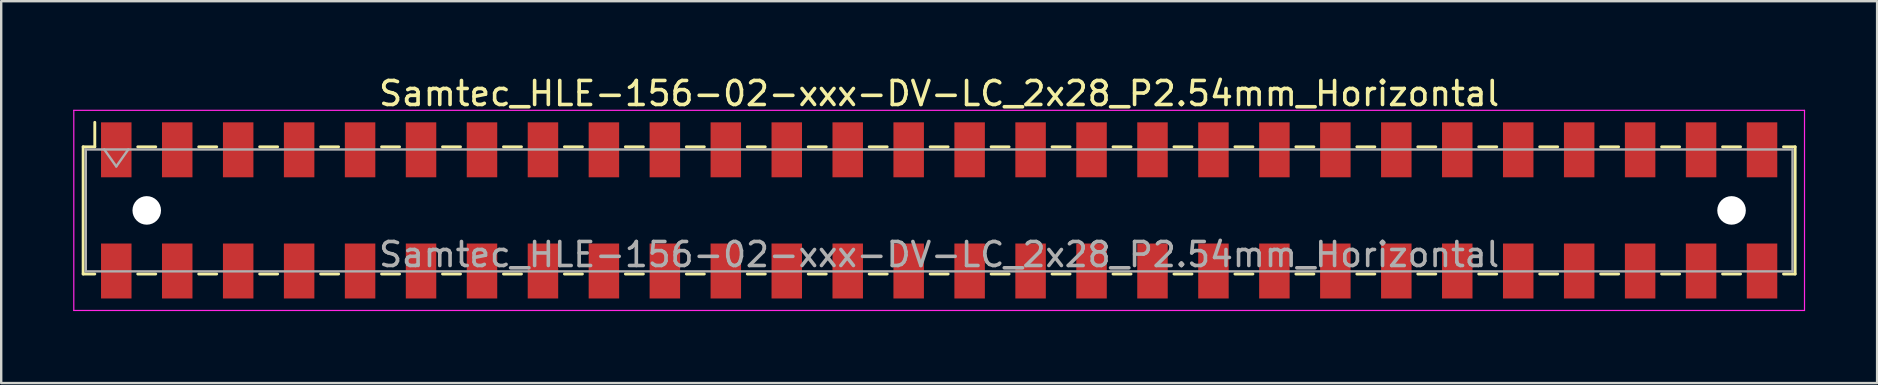
<source format=kicad_pcb>
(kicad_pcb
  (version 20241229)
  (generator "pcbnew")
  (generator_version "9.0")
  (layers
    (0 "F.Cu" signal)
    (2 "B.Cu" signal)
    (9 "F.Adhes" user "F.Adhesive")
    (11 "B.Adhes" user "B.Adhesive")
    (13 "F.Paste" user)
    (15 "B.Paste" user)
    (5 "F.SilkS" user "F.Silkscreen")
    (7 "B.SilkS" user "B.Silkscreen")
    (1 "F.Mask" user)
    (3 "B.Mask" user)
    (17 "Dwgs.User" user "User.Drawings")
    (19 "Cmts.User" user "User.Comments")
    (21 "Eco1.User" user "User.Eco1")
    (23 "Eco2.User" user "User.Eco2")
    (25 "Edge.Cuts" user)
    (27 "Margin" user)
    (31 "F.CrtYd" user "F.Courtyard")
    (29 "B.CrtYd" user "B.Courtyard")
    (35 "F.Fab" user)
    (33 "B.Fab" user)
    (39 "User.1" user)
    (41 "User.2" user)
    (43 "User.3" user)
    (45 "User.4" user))
  (footprint "Samtec_HLE-156-02-xxx-DV-LC_2x28_P2.54mm_Horizontal"
    (layer "F.Cu")
    (at 36.085 5.718)
    (property "Reference" "Samtec_HLE-156-02-xxx-DV-LC_2x28_P2.54mm_Horizontal" (at 0 -4.87 0) (layer "F.SilkS") (effects (font (size 1 1) (thickness 0.15))))
    (attr smd)
    (fp_line (start -35.67 -2.65) (end -35.67 2.65) (stroke (width 0.12) (type solid)) (layer "F.SilkS"))
    (fp_line (start -35.67 2.65) (end -35.185 2.65) (stroke (width 0.12) (type solid)) (layer "F.SilkS"))
    (fp_line (start -35.185 -3.67) (end -35.185 -2.65) (stroke (width 0.12) (type solid)) (layer "F.SilkS"))
    (fp_line (start -35.185 -2.65) (end -35.67 -2.65) (stroke (width 0.12) (type solid)) (layer "F.SilkS"))
    (fp_line (start -33.395 -2.65) (end -32.645 -2.65) (stroke (width 0.12) (type solid)) (layer "F.SilkS"))
    (fp_line (start -33.395 2.65) (end -32.645 2.65) (stroke (width 0.12) (type solid)) (layer "F.SilkS"))
    (fp_line (start -30.855 -2.65) (end -30.105 -2.65) (stroke (width 0.12) (type solid)) (layer "F.SilkS"))
    (fp_line (start -30.855 2.65) (end -30.105 2.65) (stroke (width 0.12) (type solid)) (layer "F.SilkS"))
    (fp_line (start -28.315 -2.65) (end -27.565 -2.65) (stroke (width 0.12) (type solid)) (layer "F.SilkS"))
    (fp_line (start -28.315 2.65) (end -27.565 2.65) (stroke (width 0.12) (type solid)) (layer "F.SilkS"))
    (fp_line (start -25.775 -2.65) (end -25.025 -2.65) (stroke (width 0.12) (type solid)) (layer "F.SilkS"))
    (fp_line (start -25.775 2.65) (end -25.025 2.65) (stroke (width 0.12) (type solid)) (layer "F.SilkS"))
    (fp_line (start -23.235 -2.65) (end -22.485 -2.65) (stroke (width 0.12) (type solid)) (layer "F.SilkS"))
    (fp_line (start -23.235 2.65) (end -22.485 2.65) (stroke (width 0.12) (type solid)) (layer "F.SilkS"))
    (fp_line (start -20.695 -2.65) (end -19.945 -2.65) (stroke (width 0.12) (type solid)) (layer "F.SilkS"))
    (fp_line (start -20.695 2.65) (end -19.945 2.65) (stroke (width 0.12) (type solid)) (layer "F.SilkS"))
    (fp_line (start -18.155 -2.65) (end -17.405 -2.65) (stroke (width 0.12) (type solid)) (layer "F.SilkS"))
    (fp_line (start -18.155 2.65) (end -17.405 2.65) (stroke (width 0.12) (type solid)) (layer "F.SilkS"))
    (fp_line (start -15.615 -2.65) (end -14.865 -2.65) (stroke (width 0.12) (type solid)) (layer "F.SilkS"))
    (fp_line (start -15.615 2.65) (end -14.865 2.65) (stroke (width 0.12) (type solid)) (layer "F.SilkS"))
    (fp_line (start -13.075 -2.65) (end -12.325 -2.65) (stroke (width 0.12) (type solid)) (layer "F.SilkS"))
    (fp_line (start -13.075 2.65) (end -12.325 2.65) (stroke (width 0.12) (type solid)) (layer "F.SilkS"))
    (fp_line (start -10.535 -2.65) (end -9.785 -2.65) (stroke (width 0.12) (type solid)) (layer "F.SilkS"))
    (fp_line (start -10.535 2.65) (end -9.785 2.65) (stroke (width 0.12) (type solid)) (layer "F.SilkS"))
    (fp_line (start -7.995 -2.65) (end -7.245 -2.65) (stroke (width 0.12) (type solid)) (layer "F.SilkS"))
    (fp_line (start -7.995 2.65) (end -7.245 2.65) (stroke (width 0.12) (type solid)) (layer "F.SilkS"))
    (fp_line (start -5.455 -2.65) (end -4.705 -2.65) (stroke (width 0.12) (type solid)) (layer "F.SilkS"))
    (fp_line (start -5.455 2.65) (end -4.705 2.65) (stroke (width 0.12) (type solid)) (layer "F.SilkS"))
    (fp_line (start -2.915 -2.65) (end -2.165 -2.65) (stroke (width 0.12) (type solid)) (layer "F.SilkS"))
    (fp_line (start -2.915 2.65) (end -2.165 2.65) (stroke (width 0.12) (type solid)) (layer "F.SilkS"))
    (fp_line (start -0.375 -2.65) (end 0.375 -2.65) (stroke (width 0.12) (type solid)) (layer "F.SilkS"))
    (fp_line (start -0.375 2.65) (end 0.375 2.65) (stroke (width 0.12) (type solid)) (layer "F.SilkS"))
    (fp_line (start 2.165 -2.65) (end 2.915 -2.65) (stroke (width 0.12) (type solid)) (layer "F.SilkS"))
    (fp_line (start 2.165 2.65) (end 2.915 2.65) (stroke (width 0.12) (type solid)) (layer "F.SilkS"))
    (fp_line (start 4.705 -2.65) (end 5.455 -2.65) (stroke (width 0.12) (type solid)) (layer "F.SilkS"))
    (fp_line (start 4.705 2.65) (end 5.455 2.65) (stroke (width 0.12) (type solid)) (layer "F.SilkS"))
    (fp_line (start 7.245 -2.65) (end 7.995 -2.65) (stroke (width 0.12) (type solid)) (layer "F.SilkS"))
    (fp_line (start 7.245 2.65) (end 7.995 2.65) (stroke (width 0.12) (type solid)) (layer "F.SilkS"))
    (fp_line (start 9.785 -2.65) (end 10.535 -2.65) (stroke (width 0.12) (type solid)) (layer "F.SilkS"))
    (fp_line (start 9.785 2.65) (end 10.535 2.65) (stroke (width 0.12) (type solid)) (layer "F.SilkS"))
    (fp_line (start 12.325 -2.65) (end 13.075 -2.65) (stroke (width 0.12) (type solid)) (layer "F.SilkS"))
    (fp_line (start 12.325 2.65) (end 13.075 2.65) (stroke (width 0.12) (type solid)) (layer "F.SilkS"))
    (fp_line (start 14.865 -2.65) (end 15.615 -2.65) (stroke (width 0.12) (type solid)) (layer "F.SilkS"))
    (fp_line (start 14.865 2.65) (end 15.615 2.65) (stroke (width 0.12) (type solid)) (layer "F.SilkS"))
    (fp_line (start 17.405 -2.65) (end 18.155 -2.65) (stroke (width 0.12) (type solid)) (layer "F.SilkS"))
    (fp_line (start 17.405 2.65) (end 18.155 2.65) (stroke (width 0.12) (type solid)) (layer "F.SilkS"))
    (fp_line (start 19.945 -2.65) (end 20.695 -2.65) (stroke (width 0.12) (type solid)) (layer "F.SilkS"))
    (fp_line (start 19.945 2.65) (end 20.695 2.65) (stroke (width 0.12) (type solid)) (layer "F.SilkS"))
    (fp_line (start 22.485 -2.65) (end 23.235 -2.65) (stroke (width 0.12) (type solid)) (layer "F.SilkS"))
    (fp_line (start 22.485 2.65) (end 23.235 2.65) (stroke (width 0.12) (type solid)) (layer "F.SilkS"))
    (fp_line (start 25.025 -2.65) (end 25.775 -2.65) (stroke (width 0.12) (type solid)) (layer "F.SilkS"))
    (fp_line (start 25.025 2.65) (end 25.775 2.65) (stroke (width 0.12) (type solid)) (layer "F.SilkS"))
    (fp_line (start 27.565 -2.65) (end 28.315 -2.65) (stroke (width 0.12) (type solid)) (layer "F.SilkS"))
    (fp_line (start 27.565 2.65) (end 28.315 2.65) (stroke (width 0.12) (type solid)) (layer "F.SilkS"))
    (fp_line (start 30.105 -2.65) (end 30.855 -2.65) (stroke (width 0.12) (type solid)) (layer "F.SilkS"))
    (fp_line (start 30.105 2.65) (end 30.855 2.65) (stroke (width 0.12) (type solid)) (layer "F.SilkS"))
    (fp_line (start 32.645 -2.65) (end 33.395 -2.65) (stroke (width 0.12) (type solid)) (layer "F.SilkS"))
    (fp_line (start 32.645 2.65) (end 33.395 2.65) (stroke (width 0.12) (type solid)) (layer "F.SilkS"))
    (fp_line (start 35.185 -2.65) (end 35.67 -2.65) (stroke (width 0.12) (type solid)) (layer "F.SilkS"))
    (fp_line (start 35.67 -2.65) (end 35.67 2.65) (stroke (width 0.12) (type solid)) (layer "F.SilkS"))
    (fp_line (start 35.67 2.65) (end 35.185 2.65) (stroke (width 0.12) (type solid)) (layer "F.SilkS"))
    (fp_line (start -36.06 -4.17) (end 36.06 -4.17) (stroke (width 0.05) (type solid)) (layer "F.CrtYd"))
    (fp_line (start -36.06 4.17) (end -36.06 -4.17) (stroke (width 0.05) (type solid)) (layer "F.CrtYd"))
    (fp_line (start 36.06 -4.17) (end 36.06 4.17) (stroke (width 0.05) (type solid)) (layer "F.CrtYd"))
    (fp_line (start 36.06 4.17) (end -36.06 4.17) (stroke (width 0.05) (type solid)) (layer "F.CrtYd"))
    (fp_line (start -35.56 -2.54) (end 35.56 -2.54) (stroke (width 0.1) (type solid)) (layer "F.Fab"))
    (fp_line (start -35.56 2.54) (end -35.56 -2.54) (stroke (width 0.1) (type solid)) (layer "F.Fab"))
    (fp_line (start -34.79 -2.54) (end -34.29 -1.833) (stroke (width 0.1) (type solid)) (layer "F.Fab"))
    (fp_line (start -34.29 -1.833) (end -33.79 -2.54) (stroke (width 0.1) (type solid)) (layer "F.Fab"))
    (fp_line (start 35.56 -2.54) (end 35.56 2.54) (stroke (width 0.1) (type solid)) (layer "F.Fab"))
    (fp_line (start 35.56 2.54) (end -35.56 2.54) (stroke (width 0.1) (type solid)) (layer "F.Fab"))
    (fp_text user "${REFERENCE}" (at 0 1.84 0) (layer "F.Fab") (effects (font (size 1 1) (thickness 0.15))))
    (pad "" np_thru_hole circle (at -33.02 0) (size 1.19 1.19) (drill 1.19) (layers "*.Cu" "*.Mask"))
    (pad "" np_thru_hole circle (at 33.02 0) (size 1.19 1.19) (drill 1.19) (layers "*.Cu" "*.Mask"))
    (pad "1" smd rect (at -34.29 -2.525) (size 1.27 2.29) (layers "F.Cu" "F.Mask" "F.Paste"))
    (pad "2" smd rect (at -34.29 2.525) (size 1.27 2.29) (layers "F.Cu" "F.Mask" "F.Paste"))
    (pad "3" smd rect (at -31.75 -2.525) (size 1.27 2.29) (layers "F.Cu" "F.Mask" "F.Paste"))
    (pad "4" smd rect (at -31.75 2.525) (size 1.27 2.29) (layers "F.Cu" "F.Mask" "F.Paste"))
    (pad "5" smd rect (at -29.21 -2.525) (size 1.27 2.29) (layers "F.Cu" "F.Mask" "F.Paste"))
    (pad "6" smd rect (at -29.21 2.525) (size 1.27 2.29) (layers "F.Cu" "F.Mask" "F.Paste"))
    (pad "7" smd rect (at -26.67 -2.525) (size 1.27 2.29) (layers "F.Cu" "F.Mask" "F.Paste"))
    (pad "8" smd rect (at -26.67 2.525) (size 1.27 2.29) (layers "F.Cu" "F.Mask" "F.Paste"))
    (pad "9" smd rect (at -24.13 -2.525) (size 1.27 2.29) (layers "F.Cu" "F.Mask" "F.Paste"))
    (pad "10" smd rect (at -24.13 2.525) (size 1.27 2.29) (layers "F.Cu" "F.Mask" "F.Paste"))
    (pad "11" smd rect (at -21.59 -2.525) (size 1.27 2.29) (layers "F.Cu" "F.Mask" "F.Paste"))
    (pad "12" smd rect (at -21.59 2.525) (size 1.27 2.29) (layers "F.Cu" "F.Mask" "F.Paste"))
    (pad "13" smd rect (at -19.05 -2.525) (size 1.27 2.29) (layers "F.Cu" "F.Mask" "F.Paste"))
    (pad "14" smd rect (at -19.05 2.525) (size 1.27 2.29) (layers "F.Cu" "F.Mask" "F.Paste"))
    (pad "15" smd rect (at -16.51 -2.525) (size 1.27 2.29) (layers "F.Cu" "F.Mask" "F.Paste"))
    (pad "16" smd rect (at -16.51 2.525) (size 1.27 2.29) (layers "F.Cu" "F.Mask" "F.Paste"))
    (pad "17" smd rect (at -13.97 -2.525) (size 1.27 2.29) (layers "F.Cu" "F.Mask" "F.Paste"))
    (pad "18" smd rect (at -13.97 2.525) (size 1.27 2.29) (layers "F.Cu" "F.Mask" "F.Paste"))
    (pad "19" smd rect (at -11.43 -2.525) (size 1.27 2.29) (layers "F.Cu" "F.Mask" "F.Paste"))
    (pad "20" smd rect (at -11.43 2.525) (size 1.27 2.29) (layers "F.Cu" "F.Mask" "F.Paste"))
    (pad "21" smd rect (at -8.89 -2.525) (size 1.27 2.29) (layers "F.Cu" "F.Mask" "F.Paste"))
    (pad "22" smd rect (at -8.89 2.525) (size 1.27 2.29) (layers "F.Cu" "F.Mask" "F.Paste"))
    (pad "23" smd rect (at -6.35 -2.525) (size 1.27 2.29) (layers "F.Cu" "F.Mask" "F.Paste"))
    (pad "24" smd rect (at -6.35 2.525) (size 1.27 2.29) (layers "F.Cu" "F.Mask" "F.Paste"))
    (pad "25" smd rect (at -3.81 -2.525) (size 1.27 2.29) (layers "F.Cu" "F.Mask" "F.Paste"))
    (pad "26" smd rect (at -3.81 2.525) (size 1.27 2.29) (layers "F.Cu" "F.Mask" "F.Paste"))
    (pad "27" smd rect (at -1.27 -2.525) (size 1.27 2.29) (layers "F.Cu" "F.Mask" "F.Paste"))
    (pad "28" smd rect (at -1.27 2.525) (size 1.27 2.29) (layers "F.Cu" "F.Mask" "F.Paste"))
    (pad "29" smd rect (at 1.27 -2.525) (size 1.27 2.29) (layers "F.Cu" "F.Mask" "F.Paste"))
    (pad "30" smd rect (at 1.27 2.525) (size 1.27 2.29) (layers "F.Cu" "F.Mask" "F.Paste"))
    (pad "31" smd rect (at 3.81 -2.525) (size 1.27 2.29) (layers "F.Cu" "F.Mask" "F.Paste"))
    (pad "32" smd rect (at 3.81 2.525) (size 1.27 2.29) (layers "F.Cu" "F.Mask" "F.Paste"))
    (pad "33" smd rect (at 6.35 -2.525) (size 1.27 2.29) (layers "F.Cu" "F.Mask" "F.Paste"))
    (pad "34" smd rect (at 6.35 2.525) (size 1.27 2.29) (layers "F.Cu" "F.Mask" "F.Paste"))
    (pad "35" smd rect (at 8.89 -2.525) (size 1.27 2.29) (layers "F.Cu" "F.Mask" "F.Paste"))
    (pad "36" smd rect (at 8.89 2.525) (size 1.27 2.29) (layers "F.Cu" "F.Mask" "F.Paste"))
    (pad "37" smd rect (at 11.43 -2.525) (size 1.27 2.29) (layers "F.Cu" "F.Mask" "F.Paste"))
    (pad "38" smd rect (at 11.43 2.525) (size 1.27 2.29) (layers "F.Cu" "F.Mask" "F.Paste"))
    (pad "39" smd rect (at 13.97 -2.525) (size 1.27 2.29) (layers "F.Cu" "F.Mask" "F.Paste"))
    (pad "40" smd rect (at 13.97 2.525) (size 1.27 2.29) (layers "F.Cu" "F.Mask" "F.Paste"))
    (pad "41" smd rect (at 16.51 -2.525) (size 1.27 2.29) (layers "F.Cu" "F.Mask" "F.Paste"))
    (pad "42" smd rect (at 16.51 2.525) (size 1.27 2.29) (layers "F.Cu" "F.Mask" "F.Paste"))
    (pad "43" smd rect (at 19.05 -2.525) (size 1.27 2.29) (layers "F.Cu" "F.Mask" "F.Paste"))
    (pad "44" smd rect (at 19.05 2.525) (size 1.27 2.29) (layers "F.Cu" "F.Mask" "F.Paste"))
    (pad "45" smd rect (at 21.59 -2.525) (size 1.27 2.29) (layers "F.Cu" "F.Mask" "F.Paste"))
    (pad "46" smd rect (at 21.59 2.525) (size 1.27 2.29) (layers "F.Cu" "F.Mask" "F.Paste"))
    (pad "47" smd rect (at 24.13 -2.525) (size 1.27 2.29) (layers "F.Cu" "F.Mask" "F.Paste"))
    (pad "48" smd rect (at 24.13 2.525) (size 1.27 2.29) (layers "F.Cu" "F.Mask" "F.Paste"))
    (pad "49" smd rect (at 26.67 -2.525) (size 1.27 2.29) (layers "F.Cu" "F.Mask" "F.Paste"))
    (pad "50" smd rect (at 26.67 2.525) (size 1.27 2.29) (layers "F.Cu" "F.Mask" "F.Paste"))
    (pad "51" smd rect (at 29.21 -2.525) (size 1.27 2.29) (layers "F.Cu" "F.Mask" "F.Paste"))
    (pad "52" smd rect (at 29.21 2.525) (size 1.27 2.29) (layers "F.Cu" "F.Mask" "F.Paste"))
    (pad "53" smd rect (at 31.75 -2.525) (size 1.27 2.29) (layers "F.Cu" "F.Mask" "F.Paste"))
    (pad "54" smd rect (at 31.75 2.525) (size 1.27 2.29) (layers "F.Cu" "F.Mask" "F.Paste"))
    (pad "55" smd rect (at 34.29 -2.525) (size 1.27 2.29) (layers "F.Cu" "F.Mask" "F.Paste"))
    (pad "56" smd rect (at 34.29 2.525) (size 1.27 2.29) (layers "F.Cu" "F.Mask" "F.Paste")))
  (gr_rect
    (start -3 -3)
    (end 75.17 12.913)
    (stroke (width 0.1) (type default))
    (fill no)
    (layer "Edge.Cuts")))
</source>
